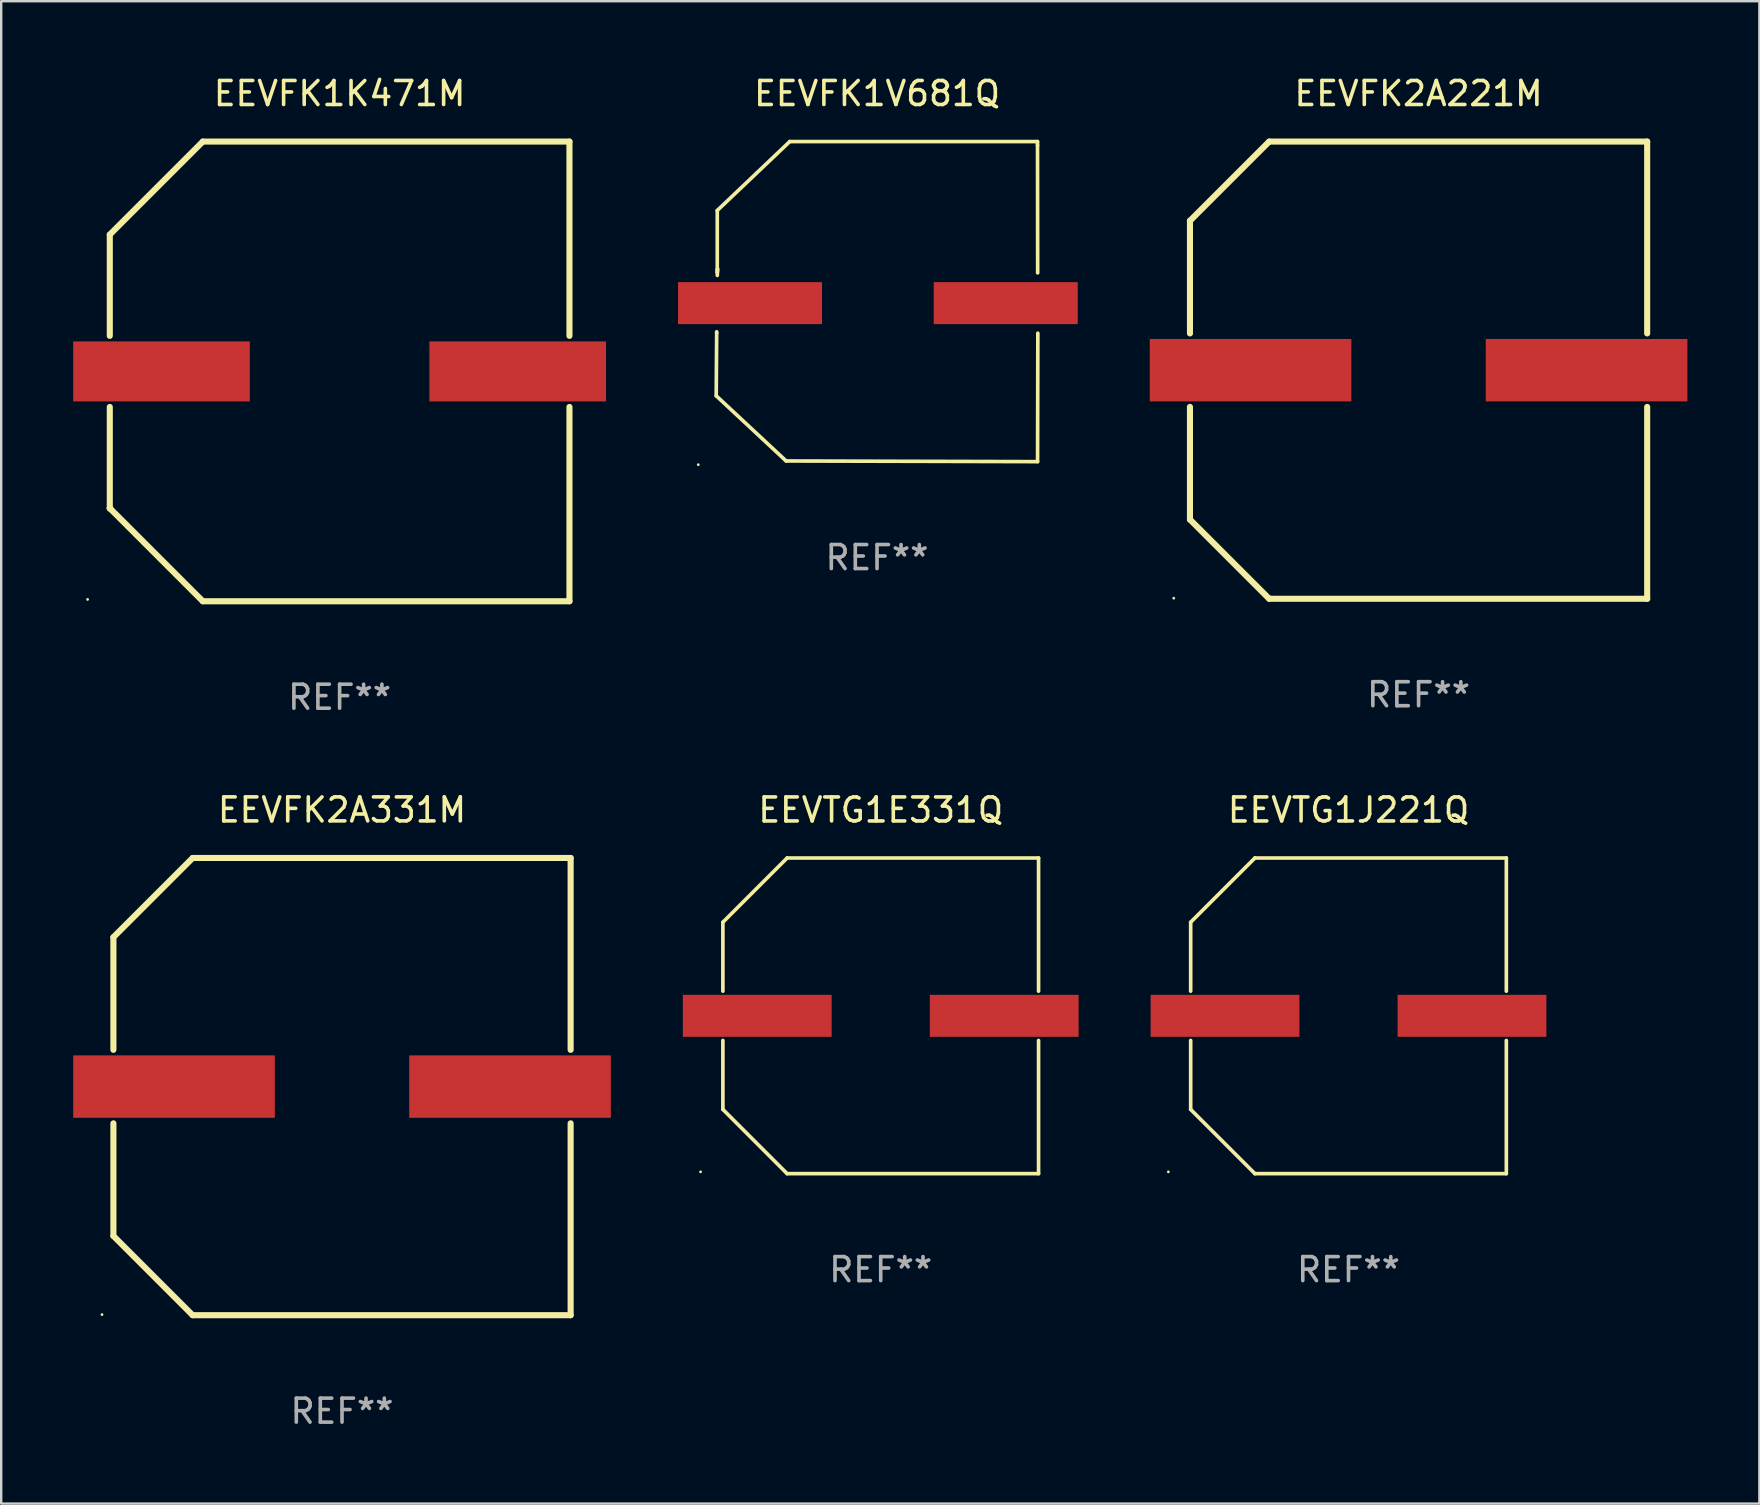
<source format=kicad_pcb>
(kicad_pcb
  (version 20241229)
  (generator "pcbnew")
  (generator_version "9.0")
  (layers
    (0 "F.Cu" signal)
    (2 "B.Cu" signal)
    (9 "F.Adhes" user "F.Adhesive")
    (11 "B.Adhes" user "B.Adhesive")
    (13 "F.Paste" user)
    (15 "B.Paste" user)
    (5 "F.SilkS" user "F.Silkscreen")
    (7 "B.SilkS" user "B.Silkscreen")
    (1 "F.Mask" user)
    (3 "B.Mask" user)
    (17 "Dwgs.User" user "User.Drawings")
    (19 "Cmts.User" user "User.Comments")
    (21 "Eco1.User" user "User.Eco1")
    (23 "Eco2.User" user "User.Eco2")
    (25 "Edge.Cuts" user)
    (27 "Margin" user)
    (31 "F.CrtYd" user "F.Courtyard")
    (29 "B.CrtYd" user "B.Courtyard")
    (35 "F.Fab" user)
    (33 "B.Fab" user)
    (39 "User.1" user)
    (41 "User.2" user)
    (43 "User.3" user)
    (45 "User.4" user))
  (footprint "EEVFK2A221M"
    (layer "F.Cu")
    (at 56.054 12.373)
    (property "Reference" "EEVFK2A221M" (at 0 -11.525 0) (layer "F.SilkS") (effects (font (size 1 1) (thickness 0.15))))
    (attr through_hole)
    (fp_line (start -9.525 -6.223) (end -9.525 -1.531) (stroke (width 0.254) (type solid)) (layer "F.SilkS"))
    (fp_line (start -9.525 1.531) (end -9.525 6.223) (stroke (width 0.254) (type solid)) (layer "F.SilkS"))
    (fp_line (start -9.525 6.223) (end -6.223 9.525) (stroke (width 0.254) (type solid)) (layer "F.SilkS"))
    (fp_line (start -6.223 -9.525) (end -9.525 -6.223) (stroke (width 0.254) (type solid)) (layer "F.SilkS"))
    (fp_line (start -6.223 9.525) (end 9.525 9.525) (stroke (width 0.254) (type solid)) (layer "F.SilkS"))
    (fp_line (start 9.525 -9.525) (end -6.223 -9.525) (stroke (width 0.254) (type solid)) (layer "F.SilkS"))
    (fp_line (start 9.525 -1.531) (end 9.525 -9.525) (stroke (width 0.254) (type solid)) (layer "F.SilkS"))
    (fp_line (start 9.525 9.525) (end 9.525 1.531) (stroke (width 0.254) (type solid)) (layer "F.SilkS"))
    (fp_circle (center -10.2 9.5) (end -10.17 9.5) (stroke (width 0.06) (type solid)) (fill no) (layer "F.SilkS"))
    (fp_text user "REF**" (at 0 13.525 0) (layer "F.Fab") (effects (font (size 1 1) (thickness 0.15))))
    (pad "1" smd rect (at -7 0.000102) (size 8.4 2.6) (layers "F.Cu" "F.Mask" "F.Paste"))
    (pad "2" smd rect (at 7 0.000102) (size 8.4 2.6) (layers "F.Cu" "F.Mask" "F.Paste")))
  (footprint "EEVFK1K471M"
    (layer "F.Cu")
    (at 11.1 12.425)
    (property "Reference" "EEVFK1K471M" (at 0 -11.576 0) (layer "F.SilkS") (effects (font (size 1 1) (thickness 0.15))))
    (attr through_hole)
    (fp_line (start -9.576 -5.7) (end -9.576 -1.481) (stroke (width 0.254) (type solid)) (layer "F.SilkS"))
    (fp_line (start -9.576 1.481) (end -9.576 5.7) (stroke (width 0.254) (type solid)) (layer "F.SilkS"))
    (fp_line (start -9.576 5.7) (end -9.576 5.7) (stroke (width 0.254) (type solid)) (layer "F.SilkS"))
    (fp_line (start -9.576 5.7) (end -9.532 5.744) (stroke (width 0.254) (type solid)) (layer "F.SilkS"))
    (fp_line (start -9.576 5.7) (end -5.7 9.576) (stroke (width 0.254) (type solid)) (layer "F.SilkS"))
    (fp_line (start -5.7 9.576) (end 9.576 9.576) (stroke (width 0.254) (type solid)) (layer "F.SilkS"))
    (fp_line (start -5.7 -9.576) (end -9.576 -5.7) (stroke (width 0.254) (type solid)) (layer "F.SilkS"))
    (fp_line (start 9.576 -9.576) (end -5.7 -9.576) (stroke (width 0.254) (type solid)) (layer "F.SilkS"))
    (fp_line (start 9.576 -1.481) (end 9.576 -9.576) (stroke (width 0.254) (type solid)) (layer "F.SilkS"))
    (fp_line (start 9.576 9.576) (end 9.576 1.481) (stroke (width 0.254) (type solid)) (layer "F.SilkS"))
    (fp_circle (center -10.5 9.5) (end -10.47 9.5) (stroke (width 0.06) (type solid)) (fill no) (layer "F.SilkS"))
    (fp_text user "REF**" (at 0 13.576 0) (layer "F.Fab") (effects (font (size 1 1) (thickness 0.15))))
    (pad "1" smd rect (at -7.42 -0.000064) (size 7.36 2.5) (layers "F.Cu" "F.Mask" "F.Paste"))
    (pad "2" smd rect (at 7.42 -0.000064) (size 7.36 2.5) (layers "F.Cu" "F.Mask" "F.Paste")))
  (footprint "EEVTG1J221Q"
    (layer "F.Cu")
    (at 53.135 39.274)
    (property "Reference" "EEVTG1J221Q" (at 0 -8.576 0) (layer "F.SilkS") (effects (font (size 1 1) (thickness 0.15))))
    (attr through_hole)
    (fp_line (start -6.576 -3.9) (end -6.576 -1.027) (stroke (width 0.152) (type solid)) (layer "F.SilkS"))
    (fp_line (start -6.576 3.9) (end -6.576 1.027) (stroke (width 0.152) (type solid)) (layer "F.SilkS"))
    (fp_line (start -3.9 -6.576) (end -6.576 -3.9) (stroke (width 0.152) (type solid)) (layer "F.SilkS"))
    (fp_line (start -3.9 6.576) (end -6.576 3.9) (stroke (width 0.152) (type solid)) (layer "F.SilkS"))
    (fp_line (start 6.576 -6.576) (end -3.9 -6.576) (stroke (width 0.152) (type solid)) (layer "F.SilkS"))
    (fp_line (start 6.576 -1.027) (end 6.576 -6.576) (stroke (width 0.152) (type solid)) (layer "F.SilkS"))
    (fp_line (start 6.576 1.027) (end 6.576 6.576) (stroke (width 0.152) (type solid)) (layer "F.SilkS"))
    (fp_line (start 6.576 6.576) (end -3.9 6.576) (stroke (width 0.152) (type solid)) (layer "F.SilkS"))
    (fp_circle (center -7.506 6.5) (end -7.476 6.5) (stroke (width 0.06) (type solid)) (fill no) (layer "F.SilkS"))
    (fp_text user "REF**" (at 0 10.576 0) (layer "F.Fab") (effects (font (size 1 1) (thickness 0.15))))
    (pad "1" smd rect (at -5.145 0) (size 6.2 1.75) (layers "F.Cu" "F.Mask" "F.Paste"))
    (pad "2" smd rect (at 5.145 0) (size 6.2 1.75) (layers "F.Cu" "F.Mask" "F.Paste")))
  (footprint "EEVTG1E331Q"
    (layer "F.Cu")
    (at 33.645 39.274)
    (property "Reference" "EEVTG1E331Q" (at 0 -8.576 0) (layer "F.SilkS") (effects (font (size 1 1) (thickness 0.15))))
    (attr through_hole)
    (fp_line (start -6.576 -3.9) (end -6.576 -1.027) (stroke (width 0.152) (type solid)) (layer "F.SilkS"))
    (fp_line (start -6.576 3.9) (end -6.576 1.027) (stroke (width 0.152) (type solid)) (layer "F.SilkS"))
    (fp_line (start -3.9 -6.576) (end -6.576 -3.9) (stroke (width 0.152) (type solid)) (layer "F.SilkS"))
    (fp_line (start -3.9 6.576) (end -6.576 3.9) (stroke (width 0.152) (type solid)) (layer "F.SilkS"))
    (fp_line (start 6.576 -6.576) (end -3.9 -6.576) (stroke (width 0.152) (type solid)) (layer "F.SilkS"))
    (fp_line (start 6.576 -1.027) (end 6.576 -6.576) (stroke (width 0.152) (type solid)) (layer "F.SilkS"))
    (fp_line (start 6.576 1.027) (end 6.576 6.576) (stroke (width 0.152) (type solid)) (layer "F.SilkS"))
    (fp_line (start 6.576 6.576) (end -3.9 6.576) (stroke (width 0.152) (type solid)) (layer "F.SilkS"))
    (fp_circle (center -7.506 6.5) (end -7.476 6.5) (stroke (width 0.06) (type solid)) (fill no) (layer "F.SilkS"))
    (fp_text user "REF**" (at 0 10.576 0) (layer "F.Fab") (effects (font (size 1 1) (thickness 0.15))))
    (pad "1" smd rect (at -5.145 0) (size 6.2 1.75) (layers "F.Cu" "F.Mask" "F.Paste"))
    (pad "2" smd rect (at 5.145 0) (size 6.2 1.75) (layers "F.Cu" "F.Mask" "F.Paste")))
  (footprint "EEVFK2A331M"
    (layer "F.Cu")
    (at 11.2 42.222)
    (property "Reference" "EEVFK2A331M" (at 0 -11.525 0) (layer "F.SilkS") (effects (font (size 1 1) (thickness 0.15))))
    (attr through_hole)
    (fp_line (start -9.525 -6.223) (end -9.525 -1.531) (stroke (width 0.254) (type solid)) (layer "F.SilkS"))
    (fp_line (start -9.525 1.531) (end -9.525 6.223) (stroke (width 0.254) (type solid)) (layer "F.SilkS"))
    (fp_line (start -9.525 6.223) (end -6.223 9.525) (stroke (width 0.254) (type solid)) (layer "F.SilkS"))
    (fp_line (start -6.223 -9.525) (end -9.525 -6.223) (stroke (width 0.254) (type solid)) (layer "F.SilkS"))
    (fp_line (start -6.223 9.525) (end 9.525 9.525) (stroke (width 0.254) (type solid)) (layer "F.SilkS"))
    (fp_line (start 9.525 -9.525) (end -6.223 -9.525) (stroke (width 0.254) (type solid)) (layer "F.SilkS"))
    (fp_line (start 9.525 -1.531) (end 9.525 -9.525) (stroke (width 0.254) (type solid)) (layer "F.SilkS"))
    (fp_line (start 9.525 9.525) (end 9.525 1.531) (stroke (width 0.254) (type solid)) (layer "F.SilkS"))
    (fp_circle (center -10 9.5) (end -9.97 9.5) (stroke (width 0.06) (type solid)) (fill no) (layer "F.SilkS"))
    (fp_text user "REF**" (at 0 13.525 0) (layer "F.Fab") (effects (font (size 1 1) (thickness 0.15))))
    (pad "1" smd rect (at -7 0) (size 8.4 2.6) (layers "F.Cu" "F.Mask" "F.Paste"))
    (pad "2" smd rect (at 7 0) (size 8.4 2.6) (layers "F.Cu" "F.Mask" "F.Paste")))
  (footprint "EEVFK1V681Q"
    (layer "F.Cu")
    (at 33.491 9.516)
    (property "Reference" "EEVFK1V681Q" (at 0 -8.668 0) (layer "F.SilkS") (effects (font (size 1 1) (thickness 0.15))))
    (attr through_hole)
    (fp_line (start -6.7 3.925) (end -6.681 1.297) (stroke (width 0.152) (type solid)) (layer "F.SilkS"))
    (fp_line (start -6.681 1.297) (end -6.682 1.257) (stroke (width 0.152) (type solid)) (layer "F.SilkS"))
    (fp_line (start -6.656 -3.797) (end -6.656 -1.217) (stroke (width 0.152) (type solid)) (layer "F.SilkS"))
    (fp_line (start -6.656 -1.217) (end -6.646 -1.359) (stroke (width 0.152) (type solid)) (layer "F.SilkS"))
    (fp_line (start -6.646 -1.359) (end -6.655 -1.091) (stroke (width 0.152) (type solid)) (layer "F.SilkS"))
    (fp_line (start -3.788 6.64) (end -6.7 3.925) (stroke (width 0.152) (type solid)) (layer "F.SilkS"))
    (fp_line (start -3.636 -6.668) (end -6.656 -3.797) (stroke (width 0.152) (type solid)) (layer "F.SilkS"))
    (fp_line (start 6.687 -6.668) (end -3.636 -6.668) (stroke (width 0.152) (type solid)) (layer "F.SilkS"))
    (fp_line (start 6.687 -6.513) (end 6.687 -6.668) (stroke (width 0.152) (type solid)) (layer "F.SilkS"))
    (fp_line (start 6.689 6.668) (end -3.788 6.64) (stroke (width 0.152) (type solid)) (layer "F.SilkS"))
    (fp_line (start 6.693 -1.197) (end 6.687 -6.513) (stroke (width 0.152) (type solid)) (layer "F.SilkS"))
    (fp_line (start 6.7 1.317) (end 6.689 6.668) (stroke (width 0.152) (type solid)) (layer "F.SilkS"))
    (fp_circle (center -7.447 6.795) (end -7.417 6.795) (stroke (width 0.06) (type solid)) (fill no) (layer "F.SilkS"))
    (fp_text user "REF**" (at 0 10.668 0) (layer "F.Fab") (effects (font (size 1 1) (thickness 0.15))))
    (pad "1" smd rect (at -5.291 0.064) (size 6 1.75) (layers "F.Cu" "F.Mask" "F.Paste"))
    (pad "2" smd rect (at 5.363 0.064) (size 6 1.75) (layers "F.Cu" "F.Mask" "F.Paste")))
  (gr_rect
    (start -3 -3)
    (end 70.254 59.596)
    (stroke (width 0.1) (type default))
    (fill no)
    (layer "Edge.Cuts")))
</source>
